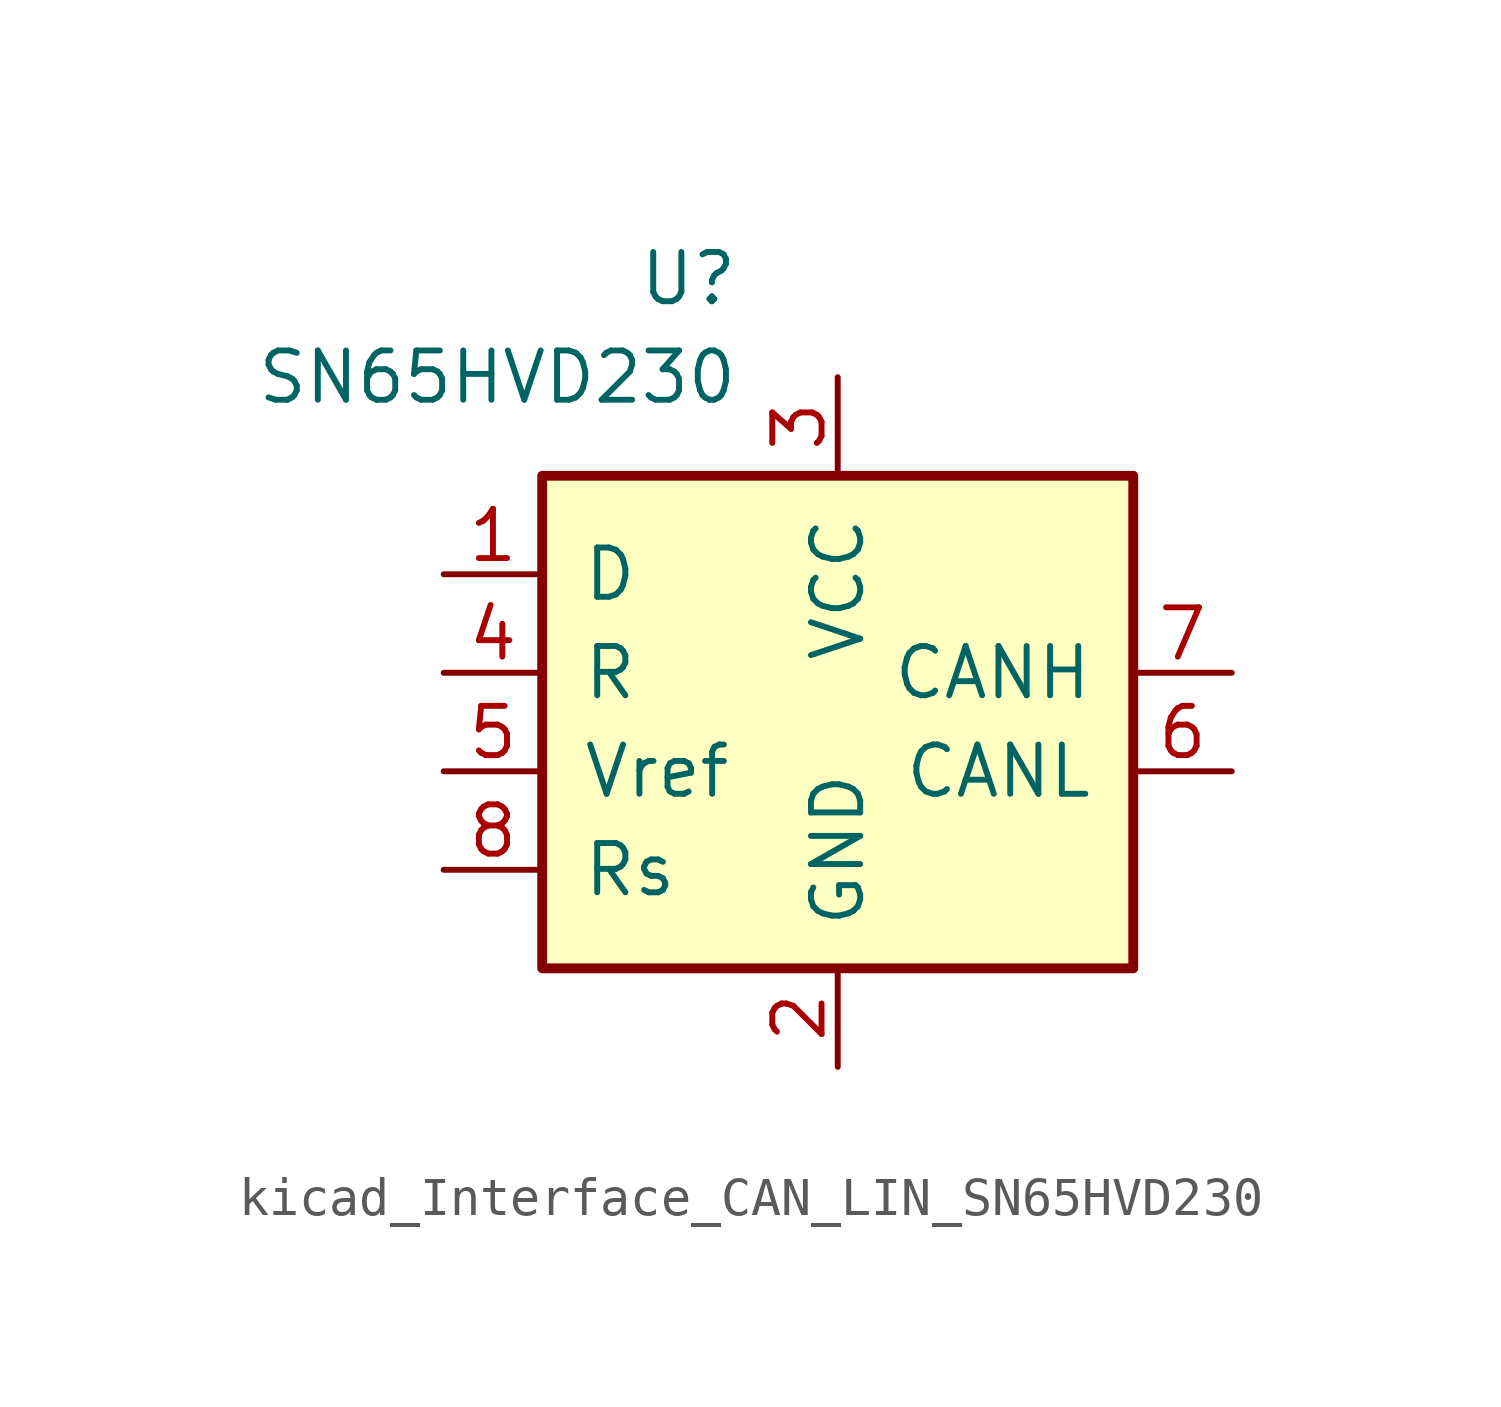
<source format=kicad_sym>
(kicad_symbol_lib
  (version 20220914)
  (generator kicad_symbol_editor)
  (symbol "kicad_Interface_CAN_LIN_SN65HVD230"
    (pin_names
      (offset 1.016))
    (property "Reference" "U"
      (at -2.54 10.16 0)
      (effects (font (size 1.27 1.27)) (justify right)))
    (property "Value" "SN65HVD230"
      (at -2.54 7.62 0)
      (effects (font (size 1.27 1.27)) (justify right)))
    (symbol "kicad_Interface_CAN_LIN_SN65HVD230_0_1"
      (rectangle (start -7.62 5.08) (end 7.62 -7.62) (stroke (width 0.254) (type default)) (fill (type background))))
    (symbol "kicad_Interface_CAN_LIN_SN65HVD230_1_1"
      (pin input line (at -10.16 2.54 0) (length 2.54) (name "D" (effects (font (size 1.27 1.27)))) (number "1" (effects (font (size 1.27 1.27)))))
      (pin power_in line (at 0 -10.16 90) (length 2.54) (name "GND" (effects (font (size 1.27 1.27)))) (number "2" (effects (font (size 1.27 1.27)))))
      (pin power_in line (at 0 7.62 270) (length 2.54) (name "VCC" (effects (font (size 1.27 1.27)))) (number "3" (effects (font (size 1.27 1.27)))))
      (pin output line (at -10.16 0 0) (length 2.54) (name "R" (effects (font (size 1.27 1.27)))) (number "4" (effects (font (size 1.27 1.27)))))
      (pin output line (at -10.16 -2.54 0) (length 2.54) (name "Vref" (effects (font (size 1.27 1.27)))) (number "5" (effects (font (size 1.27 1.27)))))
      (pin bidirectional line (at 10.16 -2.54 180) (length 2.54) (name "CANL" (effects (font (size 1.27 1.27)))) (number "6" (effects (font (size 1.27 1.27)))))
      (pin bidirectional line (at 10.16 0 180) (length 2.54) (name "CANH" (effects (font (size 1.27 1.27)))) (number "7" (effects (font (size 1.27 1.27)))))
      (pin input line (at -10.16 -5.08 0) (length 2.54) (name "Rs" (effects (font (size 1.27 1.27)))) (number "8" (effects (font (size 1.27 1.27))))))))
</source>
